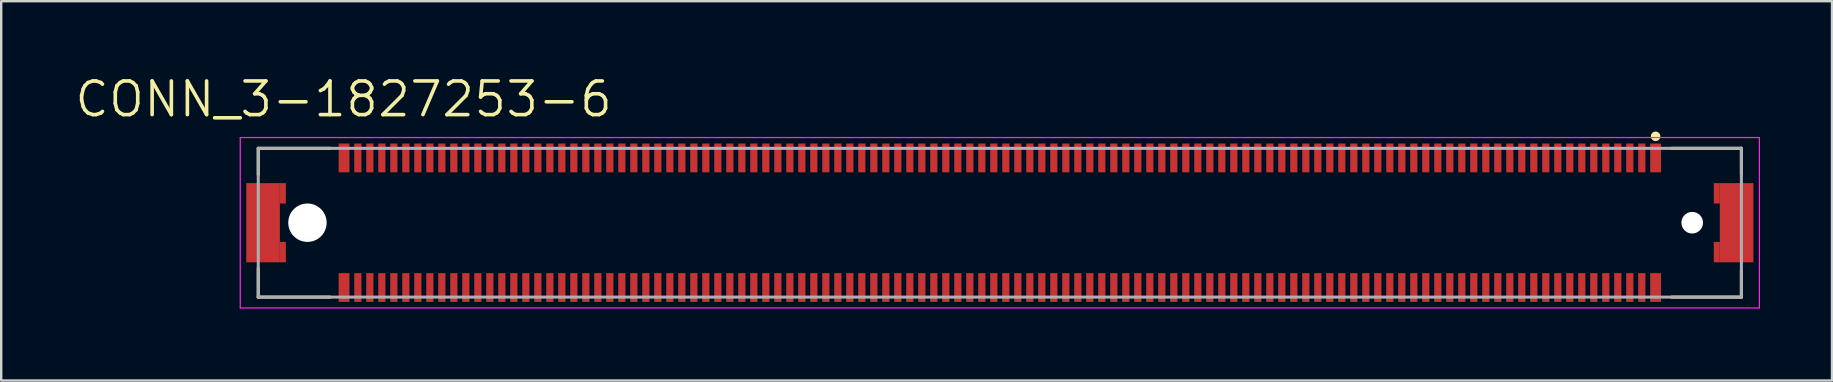
<source format=kicad_pcb>
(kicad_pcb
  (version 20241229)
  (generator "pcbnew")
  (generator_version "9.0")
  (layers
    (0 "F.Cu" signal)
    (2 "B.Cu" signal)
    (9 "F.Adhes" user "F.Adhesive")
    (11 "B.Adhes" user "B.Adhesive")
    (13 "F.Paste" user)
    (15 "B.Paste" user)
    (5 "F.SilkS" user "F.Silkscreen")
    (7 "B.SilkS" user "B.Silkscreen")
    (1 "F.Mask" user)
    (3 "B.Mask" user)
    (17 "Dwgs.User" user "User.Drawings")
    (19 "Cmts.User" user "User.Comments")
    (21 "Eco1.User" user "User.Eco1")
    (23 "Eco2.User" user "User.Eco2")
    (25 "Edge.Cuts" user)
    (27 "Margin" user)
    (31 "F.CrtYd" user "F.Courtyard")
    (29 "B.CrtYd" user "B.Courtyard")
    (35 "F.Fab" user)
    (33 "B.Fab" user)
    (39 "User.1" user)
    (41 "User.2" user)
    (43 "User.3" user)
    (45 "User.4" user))
  (footprint "CONN_3-1827253-6"
    (layer "F.Cu")
    (at 38.611 6.23)
    (property "Reference" "CONN_3-1827253-6" (at -27.344 -5.146 0) (layer "F.SilkS") (effects (font (size 1.402 1.402) (thickness 0.15))))
    (attr through_hole)
    (fp_line (start -30.9 -3.1) (end -30.9 -2) (stroke (width 0.127) (type solid)) (layer "F.SilkS"))
    (fp_line (start -30.9 -3.1) (end -27.9 -3.1) (stroke (width 0.127) (type solid)) (layer "F.SilkS"))
    (fp_line (start -30.9 1.9) (end -30.9 3.1) (stroke (width 0.127) (type solid)) (layer "F.SilkS"))
    (fp_line (start -30.9 3.1) (end -27.9 3.1) (stroke (width 0.127) (type solid)) (layer "F.SilkS"))
    (fp_line (start 28 -3.1) (end 30.9 -3.1) (stroke (width 0.127) (type solid)) (layer "F.SilkS"))
    (fp_line (start 30.9 -3.1) (end 30.9 -2) (stroke (width 0.127) (type solid)) (layer "F.SilkS"))
    (fp_line (start 30.9 2) (end 30.9 3.1) (stroke (width 0.127) (type solid)) (layer "F.SilkS"))
    (fp_line (start 30.9 3.1) (end 28 3.1) (stroke (width 0.127) (type solid)) (layer "F.SilkS"))
    (fp_circle (center 27.325 -3.6) (end 27.425 -3.6) (stroke (width 0.2) (type solid)) (fill no) (layer "F.SilkS"))
    (fp_line (start -31.65 -3.55) (end 31.65 -3.55) (stroke (width 0.05) (type solid)) (layer "F.CrtYd"))
    (fp_line (start -31.65 3.55) (end -31.65 -3.55) (stroke (width 0.05) (type solid)) (layer "F.CrtYd"))
    (fp_line (start 31.65 -3.55) (end 31.65 3.55) (stroke (width 0.05) (type solid)) (layer "F.CrtYd"))
    (fp_line (start 31.65 3.55) (end -31.65 3.55) (stroke (width 0.05) (type solid)) (layer "F.CrtYd"))
    (fp_line (start -30.9 -3.1) (end -30.9 3.1) (stroke (width 0.127) (type solid)) (layer "F.Fab"))
    (fp_line (start -30.9 -3.1) (end 30.9 -3.1) (stroke (width 0.127) (type solid)) (layer "F.Fab"))
    (fp_line (start -30.9 3.1) (end 30.9 3.1) (stroke (width 0.127) (type solid)) (layer "F.Fab"))
    (fp_line (start 30.9 -3.1) (end 30.9 3.1) (stroke (width 0.127) (type solid)) (layer "F.Fab"))
    (pad "" np_thru_hole circle (at -28.85 0) (size 1.6 1.6) (drill 1.6) (layers "*.Cu" "*.Mask"))
    (pad "" np_thru_hole circle (at 28.85 0) (size 0.9 0.9) (drill 0.9) (layers "*.Cu" "*.Mask"))
    (pad "1" smd rect (at 27.325 -2.7) (size 0.45 1.2) (layers "F.Cu" "F.Mask" "F.Paste"))
    (pad "2" smd rect (at 26.75 -2.7) (size 0.3 1.2) (layers "F.Cu" "F.Mask" "F.Paste"))
    (pad "3" smd rect (at 26.25 -2.7) (size 0.3 1.2) (layers "F.Cu" "F.Mask" "F.Paste"))
    (pad "4" smd rect (at 25.75 -2.7) (size 0.3 1.2) (layers "F.Cu" "F.Mask" "F.Paste"))
    (pad "5" smd rect (at 25.25 -2.7) (size 0.3 1.2) (layers "F.Cu" "F.Mask" "F.Paste"))
    (pad "6" smd rect (at 24.75 -2.7) (size 0.3 1.2) (layers "F.Cu" "F.Mask" "F.Paste"))
    (pad "7" smd rect (at 24.25 -2.7) (size 0.3 1.2) (layers "F.Cu" "F.Mask" "F.Paste"))
    (pad "8" smd rect (at 23.75 -2.7) (size 0.3 1.2) (layers "F.Cu" "F.Mask" "F.Paste"))
    (pad "9" smd rect (at 23.25 -2.7) (size 0.3 1.2) (layers "F.Cu" "F.Mask" "F.Paste"))
    (pad "10" smd rect (at 22.75 -2.7) (size 0.3 1.2) (layers "F.Cu" "F.Mask" "F.Paste"))
    (pad "11" smd rect (at 22.25 -2.7) (size 0.3 1.2) (layers "F.Cu" "F.Mask" "F.Paste"))
    (pad "12" smd rect (at 21.75 -2.7) (size 0.3 1.2) (layers "F.Cu" "F.Mask" "F.Paste"))
    (pad "13" smd rect (at 21.25 -2.7) (size 0.3 1.2) (layers "F.Cu" "F.Mask" "F.Paste"))
    (pad "14" smd rect (at 20.75 -2.7) (size 0.3 1.2) (layers "F.Cu" "F.Mask" "F.Paste"))
    (pad "15" smd rect (at 20.25 -2.7) (size 0.3 1.2) (layers "F.Cu" "F.Mask" "F.Paste"))
    (pad "16" smd rect (at 19.75 -2.7) (size 0.3 1.2) (layers "F.Cu" "F.Mask" "F.Paste"))
    (pad "17" smd rect (at 19.25 -2.7) (size 0.3 1.2) (layers "F.Cu" "F.Mask" "F.Paste"))
    (pad "18" smd rect (at 18.75 -2.7) (size 0.3 1.2) (layers "F.Cu" "F.Mask" "F.Paste"))
    (pad "19" smd rect (at 18.25 -2.7) (size 0.3 1.2) (layers "F.Cu" "F.Mask" "F.Paste"))
    (pad "20" smd rect (at 17.75 -2.7) (size 0.3 1.2) (layers "F.Cu" "F.Mask" "F.Paste"))
    (pad "21" smd rect (at 17.25 -2.7) (size 0.3 1.2) (layers "F.Cu" "F.Mask" "F.Paste"))
    (pad "22" smd rect (at 16.75 -2.7) (size 0.3 1.2) (layers "F.Cu" "F.Mask" "F.Paste"))
    (pad "23" smd rect (at 16.25 -2.7) (size 0.3 1.2) (layers "F.Cu" "F.Mask" "F.Paste"))
    (pad "24" smd rect (at 15.75 -2.7) (size 0.3 1.2) (layers "F.Cu" "F.Mask" "F.Paste"))
    (pad "25" smd rect (at 15.25 -2.7) (size 0.3 1.2) (layers "F.Cu" "F.Mask" "F.Paste"))
    (pad "26" smd rect (at 14.75 -2.7) (size 0.3 1.2) (layers "F.Cu" "F.Mask" "F.Paste"))
    (pad "27" smd rect (at 14.25 -2.7) (size 0.3 1.2) (layers "F.Cu" "F.Mask" "F.Paste"))
    (pad "28" smd rect (at 13.75 -2.7) (size 0.3 1.2) (layers "F.Cu" "F.Mask" "F.Paste"))
    (pad "29" smd rect (at 13.25 -2.7) (size 0.3 1.2) (layers "F.Cu" "F.Mask" "F.Paste"))
    (pad "30" smd rect (at 12.75 -2.7) (size 0.3 1.2) (layers "F.Cu" "F.Mask" "F.Paste"))
    (pad "31" smd rect (at 12.25 -2.7) (size 0.3 1.2) (layers "F.Cu" "F.Mask" "F.Paste"))
    (pad "32" smd rect (at 11.75 -2.7) (size 0.3 1.2) (layers "F.Cu" "F.Mask" "F.Paste"))
    (pad "33" smd rect (at 11.25 -2.7) (size 0.3 1.2) (layers "F.Cu" "F.Mask" "F.Paste"))
    (pad "34" smd rect (at 10.75 -2.7) (size 0.3 1.2) (layers "F.Cu" "F.Mask" "F.Paste"))
    (pad "35" smd rect (at 10.25 -2.7) (size 0.3 1.2) (layers "F.Cu" "F.Mask" "F.Paste"))
    (pad "36" smd rect (at 9.75 -2.7) (size 0.3 1.2) (layers "F.Cu" "F.Mask" "F.Paste"))
    (pad "37" smd rect (at 9.25 -2.7) (size 0.3 1.2) (layers "F.Cu" "F.Mask" "F.Paste"))
    (pad "38" smd rect (at 8.75 -2.7) (size 0.3 1.2) (layers "F.Cu" "F.Mask" "F.Paste"))
    (pad "39" smd rect (at 8.25 -2.7) (size 0.3 1.2) (layers "F.Cu" "F.Mask" "F.Paste"))
    (pad "40" smd rect (at 7.75 -2.7) (size 0.3 1.2) (layers "F.Cu" "F.Mask" "F.Paste"))
    (pad "41" smd rect (at 7.25 -2.7) (size 0.3 1.2) (layers "F.Cu" "F.Mask" "F.Paste"))
    (pad "42" smd rect (at 6.75 -2.7) (size 0.3 1.2) (layers "F.Cu" "F.Mask" "F.Paste"))
    (pad "43" smd rect (at 6.25 -2.7) (size 0.3 1.2) (layers "F.Cu" "F.Mask" "F.Paste"))
    (pad "44" smd rect (at 5.75 -2.7) (size 0.3 1.2) (layers "F.Cu" "F.Mask" "F.Paste"))
    (pad "45" smd rect (at 5.25 -2.7) (size 0.3 1.2) (layers "F.Cu" "F.Mask" "F.Paste"))
    (pad "46" smd rect (at 4.75 -2.7) (size 0.3 1.2) (layers "F.Cu" "F.Mask" "F.Paste"))
    (pad "47" smd rect (at 4.25 -2.7) (size 0.3 1.2) (layers "F.Cu" "F.Mask" "F.Paste"))
    (pad "48" smd rect (at 3.75 -2.7) (size 0.3 1.2) (layers "F.Cu" "F.Mask" "F.Paste"))
    (pad "49" smd rect (at 3.25 -2.7) (size 0.3 1.2) (layers "F.Cu" "F.Mask" "F.Paste"))
    (pad "50" smd rect (at 2.75 -2.7) (size 0.3 1.2) (layers "F.Cu" "F.Mask" "F.Paste"))
    (pad "51" smd rect (at 2.25 -2.7) (size 0.3 1.2) (layers "F.Cu" "F.Mask" "F.Paste"))
    (pad "52" smd rect (at 1.75 -2.7) (size 0.3 1.2) (layers "F.Cu" "F.Mask" "F.Paste"))
    (pad "53" smd rect (at 1.25 -2.7) (size 0.3 1.2) (layers "F.Cu" "F.Mask" "F.Paste"))
    (pad "54" smd rect (at 0.75 -2.7) (size 0.3 1.2) (layers "F.Cu" "F.Mask" "F.Paste"))
    (pad "55" smd rect (at 0.25 -2.7) (size 0.3 1.2) (layers "F.Cu" "F.Mask" "F.Paste"))
    (pad "56" smd rect (at -0.25 -2.7) (size 0.3 1.2) (layers "F.Cu" "F.Mask" "F.Paste"))
    (pad "57" smd rect (at -0.75 -2.7) (size 0.3 1.2) (layers "F.Cu" "F.Mask" "F.Paste"))
    (pad "58" smd rect (at -1.25 -2.7) (size 0.3 1.2) (layers "F.Cu" "F.Mask" "F.Paste"))
    (pad "59" smd rect (at -1.75 -2.7) (size 0.3 1.2) (layers "F.Cu" "F.Mask" "F.Paste"))
    (pad "60" smd rect (at -2.25 -2.7) (size 0.3 1.2) (layers "F.Cu" "F.Mask" "F.Paste"))
    (pad "61" smd rect (at -2.75 -2.7) (size 0.3 1.2) (layers "F.Cu" "F.Mask" "F.Paste"))
    (pad "62" smd rect (at -3.25 -2.7) (size 0.3 1.2) (layers "F.Cu" "F.Mask" "F.Paste"))
    (pad "63" smd rect (at -3.75 -2.7) (size 0.3 1.2) (layers "F.Cu" "F.Mask" "F.Paste"))
    (pad "64" smd rect (at -4.25 -2.7) (size 0.3 1.2) (layers "F.Cu" "F.Mask" "F.Paste"))
    (pad "65" smd rect (at -4.75 -2.7) (size 0.3 1.2) (layers "F.Cu" "F.Mask" "F.Paste"))
    (pad "66" smd rect (at -5.25 -2.7) (size 0.3 1.2) (layers "F.Cu" "F.Mask" "F.Paste"))
    (pad "67" smd rect (at -5.75 -2.7) (size 0.3 1.2) (layers "F.Cu" "F.Mask" "F.Paste"))
    (pad "68" smd rect (at -6.25 -2.7) (size 0.3 1.2) (layers "F.Cu" "F.Mask" "F.Paste"))
    (pad "69" smd rect (at -6.75 -2.7) (size 0.3 1.2) (layers "F.Cu" "F.Mask" "F.Paste"))
    (pad "70" smd rect (at -7.25 -2.7) (size 0.3 1.2) (layers "F.Cu" "F.Mask" "F.Paste"))
    (pad "71" smd rect (at -7.75 -2.7) (size 0.3 1.2) (layers "F.Cu" "F.Mask" "F.Paste"))
    (pad "72" smd rect (at -8.25 -2.7) (size 0.3 1.2) (layers "F.Cu" "F.Mask" "F.Paste"))
    (pad "73" smd rect (at -8.75 -2.7) (size 0.3 1.2) (layers "F.Cu" "F.Mask" "F.Paste"))
    (pad "74" smd rect (at -9.25 -2.7) (size 0.3 1.2) (layers "F.Cu" "F.Mask" "F.Paste"))
    (pad "75" smd rect (at -9.75 -2.7) (size 0.3 1.2) (layers "F.Cu" "F.Mask" "F.Paste"))
    (pad "76" smd rect (at -10.25 -2.7) (size 0.3 1.2) (layers "F.Cu" "F.Mask" "F.Paste"))
    (pad "77" smd rect (at -10.75 -2.7) (size 0.3 1.2) (layers "F.Cu" "F.Mask" "F.Paste"))
    (pad "78" smd rect (at -11.25 -2.7) (size 0.3 1.2) (layers "F.Cu" "F.Mask" "F.Paste"))
    (pad "79" smd rect (at -11.75 -2.7) (size 0.3 1.2) (layers "F.Cu" "F.Mask" "F.Paste"))
    (pad "80" smd rect (at -12.25 -2.7) (size 0.3 1.2) (layers "F.Cu" "F.Mask" "F.Paste"))
    (pad "81" smd rect (at -12.75 -2.7) (size 0.3 1.2) (layers "F.Cu" "F.Mask" "F.Paste"))
    (pad "82" smd rect (at -13.25 -2.7) (size 0.3 1.2) (layers "F.Cu" "F.Mask" "F.Paste"))
    (pad "83" smd rect (at -13.75 -2.7) (size 0.3 1.2) (layers "F.Cu" "F.Mask" "F.Paste"))
    (pad "84" smd rect (at -14.25 -2.7) (size 0.3 1.2) (layers "F.Cu" "F.Mask" "F.Paste"))
    (pad "85" smd rect (at -14.75 -2.7) (size 0.3 1.2) (layers "F.Cu" "F.Mask" "F.Paste"))
    (pad "86" smd rect (at -15.25 -2.7) (size 0.3 1.2) (layers "F.Cu" "F.Mask" "F.Paste"))
    (pad "87" smd rect (at -15.75 -2.7) (size 0.3 1.2) (layers "F.Cu" "F.Mask" "F.Paste"))
    (pad "88" smd rect (at -16.25 -2.7) (size 0.3 1.2) (layers "F.Cu" "F.Mask" "F.Paste"))
    (pad "89" smd rect (at -16.75 -2.7) (size 0.3 1.2) (layers "F.Cu" "F.Mask" "F.Paste"))
    (pad "90" smd rect (at -17.25 -2.7) (size 0.3 1.2) (layers "F.Cu" "F.Mask" "F.Paste"))
    (pad "91" smd rect (at -17.75 -2.7) (size 0.3 1.2) (layers "F.Cu" "F.Mask" "F.Paste"))
    (pad "92" smd rect (at -18.25 -2.7) (size 0.3 1.2) (layers "F.Cu" "F.Mask" "F.Paste"))
    (pad "93" smd rect (at -18.75 -2.7) (size 0.3 1.2) (layers "F.Cu" "F.Mask" "F.Paste"))
    (pad "94" smd rect (at -19.25 -2.7) (size 0.3 1.2) (layers "F.Cu" "F.Mask" "F.Paste"))
    (pad "95" smd rect (at -19.75 -2.7) (size 0.3 1.2) (layers "F.Cu" "F.Mask" "F.Paste"))
    (pad "96" smd rect (at -20.25 -2.7) (size 0.3 1.2) (layers "F.Cu" "F.Mask" "F.Paste"))
    (pad "97" smd rect (at -20.75 -2.7) (size 0.3 1.2) (layers "F.Cu" "F.Mask" "F.Paste"))
    (pad "98" smd rect (at -21.25 -2.7) (size 0.3 1.2) (layers "F.Cu" "F.Mask" "F.Paste"))
    (pad "99" smd rect (at -21.75 -2.7) (size 0.3 1.2) (layers "F.Cu" "F.Mask" "F.Paste"))
    (pad "100" smd rect (at -22.25 -2.7) (size 0.3 1.2) (layers "F.Cu" "F.Mask" "F.Paste"))
    (pad "101" smd rect (at -22.75 -2.7) (size 0.3 1.2) (layers "F.Cu" "F.Mask" "F.Paste"))
    (pad "102" smd rect (at -23.25 -2.7) (size 0.3 1.2) (layers "F.Cu" "F.Mask" "F.Paste"))
    (pad "103" smd rect (at -23.75 -2.7) (size 0.3 1.2) (layers "F.Cu" "F.Mask" "F.Paste"))
    (pad "104" smd rect (at -24.25 -2.7) (size 0.3 1.2) (layers "F.Cu" "F.Mask" "F.Paste"))
    (pad "105" smd rect (at -24.75 -2.7) (size 0.3 1.2) (layers "F.Cu" "F.Mask" "F.Paste"))
    (pad "106" smd rect (at -25.25 -2.7) (size 0.3 1.2) (layers "F.Cu" "F.Mask" "F.Paste"))
    (pad "107" smd rect (at -25.75 -2.7) (size 0.3 1.2) (layers "F.Cu" "F.Mask" "F.Paste"))
    (pad "108" smd rect (at -26.25 -2.7) (size 0.3 1.2) (layers "F.Cu" "F.Mask" "F.Paste"))
    (pad "109" smd rect (at -26.75 -2.7) (size 0.3 1.2) (layers "F.Cu" "F.Mask" "F.Paste"))
    (pad "110" smd rect (at -27.325 -2.7) (size 0.45 1.2) (layers "F.Cu" "F.Mask" "F.Paste"))
    (pad "111" smd rect (at -27.325 2.7 180) (size 0.45 1.2) (layers "F.Cu" "F.Mask" "F.Paste"))
    (pad "112" smd rect (at -26.75 2.7 180) (size 0.3 1.2) (layers "F.Cu" "F.Mask" "F.Paste"))
    (pad "113" smd rect (at -26.25 2.7 180) (size 0.3 1.2) (layers "F.Cu" "F.Mask" "F.Paste"))
    (pad "114" smd rect (at -25.75 2.7 180) (size 0.3 1.2) (layers "F.Cu" "F.Mask" "F.Paste"))
    (pad "115" smd rect (at -25.25 2.7 180) (size 0.3 1.2) (layers "F.Cu" "F.Mask" "F.Paste"))
    (pad "116" smd rect (at -24.75 2.7 180) (size 0.3 1.2) (layers "F.Cu" "F.Mask" "F.Paste"))
    (pad "117" smd rect (at -24.25 2.7 180) (size 0.3 1.2) (layers "F.Cu" "F.Mask" "F.Paste"))
    (pad "118" smd rect (at -23.75 2.7 180) (size 0.3 1.2) (layers "F.Cu" "F.Mask" "F.Paste"))
    (pad "119" smd rect (at -23.25 2.7 180) (size 0.3 1.2) (layers "F.Cu" "F.Mask" "F.Paste"))
    (pad "120" smd rect (at -22.75 2.7 180) (size 0.3 1.2) (layers "F.Cu" "F.Mask" "F.Paste"))
    (pad "121" smd rect (at -22.25 2.7 180) (size 0.3 1.2) (layers "F.Cu" "F.Mask" "F.Paste"))
    (pad "122" smd rect (at -21.75 2.7 180) (size 0.3 1.2) (layers "F.Cu" "F.Mask" "F.Paste"))
    (pad "123" smd rect (at -21.25 2.7 180) (size 0.3 1.2) (layers "F.Cu" "F.Mask" "F.Paste"))
    (pad "124" smd rect (at -20.75 2.7 180) (size 0.3 1.2) (layers "F.Cu" "F.Mask" "F.Paste"))
    (pad "125" smd rect (at -20.25 2.7 180) (size 0.3 1.2) (layers "F.Cu" "F.Mask" "F.Paste"))
    (pad "126" smd rect (at -19.75 2.7 180) (size 0.3 1.2) (layers "F.Cu" "F.Mask" "F.Paste"))
    (pad "127" smd rect (at -19.25 2.7 180) (size 0.3 1.2) (layers "F.Cu" "F.Mask" "F.Paste"))
    (pad "128" smd rect (at -18.75 2.7 180) (size 0.3 1.2) (layers "F.Cu" "F.Mask" "F.Paste"))
    (pad "129" smd rect (at -18.25 2.7 180) (size 0.3 1.2) (layers "F.Cu" "F.Mask" "F.Paste"))
    (pad "130" smd rect (at -17.75 2.7 180) (size 0.3 1.2) (layers "F.Cu" "F.Mask" "F.Paste"))
    (pad "131" smd rect (at -17.25 2.7 180) (size 0.3 1.2) (layers "F.Cu" "F.Mask" "F.Paste"))
    (pad "132" smd rect (at -16.75 2.7 180) (size 0.3 1.2) (layers "F.Cu" "F.Mask" "F.Paste"))
    (pad "133" smd rect (at -16.25 2.7 180) (size 0.3 1.2) (layers "F.Cu" "F.Mask" "F.Paste"))
    (pad "134" smd rect (at -15.75 2.7 180) (size 0.3 1.2) (layers "F.Cu" "F.Mask" "F.Paste"))
    (pad "135" smd rect (at -15.25 2.7 180) (size 0.3 1.2) (layers "F.Cu" "F.Mask" "F.Paste"))
    (pad "136" smd rect (at -14.75 2.7 180) (size 0.3 1.2) (layers "F.Cu" "F.Mask" "F.Paste"))
    (pad "137" smd rect (at -14.25 2.7 180) (size 0.3 1.2) (layers "F.Cu" "F.Mask" "F.Paste"))
    (pad "138" smd rect (at -13.75 2.7 180) (size 0.3 1.2) (layers "F.Cu" "F.Mask" "F.Paste"))
    (pad "139" smd rect (at -13.25 2.7 180) (size 0.3 1.2) (layers "F.Cu" "F.Mask" "F.Paste"))
    (pad "140" smd rect (at -12.75 2.7 180) (size 0.3 1.2) (layers "F.Cu" "F.Mask" "F.Paste"))
    (pad "141" smd rect (at -12.25 2.7 180) (size 0.3 1.2) (layers "F.Cu" "F.Mask" "F.Paste"))
    (pad "142" smd rect (at -11.75 2.7 180) (size 0.3 1.2) (layers "F.Cu" "F.Mask" "F.Paste"))
    (pad "143" smd rect (at -11.25 2.7 180) (size 0.3 1.2) (layers "F.Cu" "F.Mask" "F.Paste"))
    (pad "144" smd rect (at -10.75 2.7 180) (size 0.3 1.2) (layers "F.Cu" "F.Mask" "F.Paste"))
    (pad "145" smd rect (at -10.25 2.7 180) (size 0.3 1.2) (layers "F.Cu" "F.Mask" "F.Paste"))
    (pad "146" smd rect (at -9.75 2.7 180) (size 0.3 1.2) (layers "F.Cu" "F.Mask" "F.Paste"))
    (pad "147" smd rect (at -9.25 2.7 180) (size 0.3 1.2) (layers "F.Cu" "F.Mask" "F.Paste"))
    (pad "148" smd rect (at -8.75 2.7 180) (size 0.3 1.2) (layers "F.Cu" "F.Mask" "F.Paste"))
    (pad "149" smd rect (at -8.25 2.7 180) (size 0.3 1.2) (layers "F.Cu" "F.Mask" "F.Paste"))
    (pad "150" smd rect (at -7.75 2.7 180) (size 0.3 1.2) (layers "F.Cu" "F.Mask" "F.Paste"))
    (pad "151" smd rect (at -7.25 2.7 180) (size 0.3 1.2) (layers "F.Cu" "F.Mask" "F.Paste"))
    (pad "152" smd rect (at -6.75 2.7 180) (size 0.3 1.2) (layers "F.Cu" "F.Mask" "F.Paste"))
    (pad "153" smd rect (at -6.25 2.7 180) (size 0.3 1.2) (layers "F.Cu" "F.Mask" "F.Paste"))
    (pad "154" smd rect (at -5.75 2.7 180) (size 0.3 1.2) (layers "F.Cu" "F.Mask" "F.Paste"))
    (pad "155" smd rect (at -5.25 2.7 180) (size 0.3 1.2) (layers "F.Cu" "F.Mask" "F.Paste"))
    (pad "156" smd rect (at -4.75 2.7 180) (size 0.3 1.2) (layers "F.Cu" "F.Mask" "F.Paste"))
    (pad "157" smd rect (at -4.25 2.7 180) (size 0.3 1.2) (layers "F.Cu" "F.Mask" "F.Paste"))
    (pad "158" smd rect (at -3.75 2.7 180) (size 0.3 1.2) (layers "F.Cu" "F.Mask" "F.Paste"))
    (pad "159" smd rect (at -3.25 2.7 180) (size 0.3 1.2) (layers "F.Cu" "F.Mask" "F.Paste"))
    (pad "160" smd rect (at -2.75 2.7 180) (size 0.3 1.2) (layers "F.Cu" "F.Mask" "F.Paste"))
    (pad "161" smd rect (at -2.25 2.7 180) (size 0.3 1.2) (layers "F.Cu" "F.Mask" "F.Paste"))
    (pad "162" smd rect (at -1.75 2.7 180) (size 0.3 1.2) (layers "F.Cu" "F.Mask" "F.Paste"))
    (pad "163" smd rect (at -1.25 2.7 180) (size 0.3 1.2) (layers "F.Cu" "F.Mask" "F.Paste"))
    (pad "164" smd rect (at -0.75 2.7 180) (size 0.3 1.2) (layers "F.Cu" "F.Mask" "F.Paste"))
    (pad "165" smd rect (at -0.25 2.7 180) (size 0.3 1.2) (layers "F.Cu" "F.Mask" "F.Paste"))
    (pad "166" smd rect (at 0.25 2.7 180) (size 0.3 1.2) (layers "F.Cu" "F.Mask" "F.Paste"))
    (pad "167" smd rect (at 0.75 2.7 180) (size 0.3 1.2) (layers "F.Cu" "F.Mask" "F.Paste"))
    (pad "168" smd rect (at 1.25 2.7 180) (size 0.3 1.2) (layers "F.Cu" "F.Mask" "F.Paste"))
    (pad "169" smd rect (at 1.75 2.7 180) (size 0.3 1.2) (layers "F.Cu" "F.Mask" "F.Paste"))
    (pad "170" smd rect (at 2.25 2.7 180) (size 0.3 1.2) (layers "F.Cu" "F.Mask" "F.Paste"))
    (pad "171" smd rect (at 2.75 2.7 180) (size 0.3 1.2) (layers "F.Cu" "F.Mask" "F.Paste"))
    (pad "172" smd rect (at 3.25 2.7 180) (size 0.3 1.2) (layers "F.Cu" "F.Mask" "F.Paste"))
    (pad "173" smd rect (at 3.75 2.7 180) (size 0.3 1.2) (layers "F.Cu" "F.Mask" "F.Paste"))
    (pad "174" smd rect (at 4.25 2.7 180) (size 0.3 1.2) (layers "F.Cu" "F.Mask" "F.Paste"))
    (pad "175" smd rect (at 4.75 2.7 180) (size 0.3 1.2) (layers "F.Cu" "F.Mask" "F.Paste"))
    (pad "176" smd rect (at 5.25 2.7 180) (size 0.3 1.2) (layers "F.Cu" "F.Mask" "F.Paste"))
    (pad "177" smd rect (at 5.75 2.7 180) (size 0.3 1.2) (layers "F.Cu" "F.Mask" "F.Paste"))
    (pad "178" smd rect (at 6.25 2.7 180) (size 0.3 1.2) (layers "F.Cu" "F.Mask" "F.Paste"))
    (pad "179" smd rect (at 6.75 2.7 180) (size 0.3 1.2) (layers "F.Cu" "F.Mask" "F.Paste"))
    (pad "180" smd rect (at 7.25 2.7 180) (size 0.3 1.2) (layers "F.Cu" "F.Mask" "F.Paste"))
    (pad "181" smd rect (at 7.75 2.7 180) (size 0.3 1.2) (layers "F.Cu" "F.Mask" "F.Paste"))
    (pad "182" smd rect (at 8.25 2.7 180) (size 0.3 1.2) (layers "F.Cu" "F.Mask" "F.Paste"))
    (pad "183" smd rect (at 8.75 2.7 180) (size 0.3 1.2) (layers "F.Cu" "F.Mask" "F.Paste"))
    (pad "184" smd rect (at 9.25 2.7 180) (size 0.3 1.2) (layers "F.Cu" "F.Mask" "F.Paste"))
    (pad "185" smd rect (at 9.75 2.7 180) (size 0.3 1.2) (layers "F.Cu" "F.Mask" "F.Paste"))
    (pad "186" smd rect (at 10.25 2.7 180) (size 0.3 1.2) (layers "F.Cu" "F.Mask" "F.Paste"))
    (pad "187" smd rect (at 10.75 2.7 180) (size 0.3 1.2) (layers "F.Cu" "F.Mask" "F.Paste"))
    (pad "188" smd rect (at 11.25 2.7 180) (size 0.3 1.2) (layers "F.Cu" "F.Mask" "F.Paste"))
    (pad "189" smd rect (at 11.75 2.7 180) (size 0.3 1.2) (layers "F.Cu" "F.Mask" "F.Paste"))
    (pad "190" smd rect (at 12.25 2.7 180) (size 0.3 1.2) (layers "F.Cu" "F.Mask" "F.Paste"))
    (pad "191" smd rect (at 12.75 2.7 180) (size 0.3 1.2) (layers "F.Cu" "F.Mask" "F.Paste"))
    (pad "192" smd rect (at 13.25 2.7 180) (size 0.3 1.2) (layers "F.Cu" "F.Mask" "F.Paste"))
    (pad "193" smd rect (at 13.75 2.7 180) (size 0.3 1.2) (layers "F.Cu" "F.Mask" "F.Paste"))
    (pad "194" smd rect (at 14.25 2.7 180) (size 0.3 1.2) (layers "F.Cu" "F.Mask" "F.Paste"))
    (pad "195" smd rect (at 14.75 2.7 180) (size 0.3 1.2) (layers "F.Cu" "F.Mask" "F.Paste"))
    (pad "196" smd rect (at 15.25 2.7 180) (size 0.3 1.2) (layers "F.Cu" "F.Mask" "F.Paste"))
    (pad "197" smd rect (at 15.75 2.7 180) (size 0.3 1.2) (layers "F.Cu" "F.Mask" "F.Paste"))
    (pad "198" smd rect (at 16.25 2.7 180) (size 0.3 1.2) (layers "F.Cu" "F.Mask" "F.Paste"))
    (pad "199" smd rect (at 16.75 2.7 180) (size 0.3 1.2) (layers "F.Cu" "F.Mask" "F.Paste"))
    (pad "200" smd rect (at 17.25 2.7 180) (size 0.3 1.2) (layers "F.Cu" "F.Mask" "F.Paste"))
    (pad "201" smd rect (at 17.75 2.7 180) (size 0.3 1.2) (layers "F.Cu" "F.Mask" "F.Paste"))
    (pad "202" smd rect (at 18.25 2.7 180) (size 0.3 1.2) (layers "F.Cu" "F.Mask" "F.Paste"))
    (pad "203" smd rect (at 18.75 2.7 180) (size 0.3 1.2) (layers "F.Cu" "F.Mask" "F.Paste"))
    (pad "204" smd rect (at 19.25 2.7 180) (size 0.3 1.2) (layers "F.Cu" "F.Mask" "F.Paste"))
    (pad "205" smd rect (at 19.75 2.7 180) (size 0.3 1.2) (layers "F.Cu" "F.Mask" "F.Paste"))
    (pad "206" smd rect (at 20.25 2.7 180) (size 0.3 1.2) (layers "F.Cu" "F.Mask" "F.Paste"))
    (pad "207" smd rect (at 20.75 2.7 180) (size 0.3 1.2) (layers "F.Cu" "F.Mask" "F.Paste"))
    (pad "208" smd rect (at 21.25 2.7 180) (size 0.3 1.2) (layers "F.Cu" "F.Mask" "F.Paste"))
    (pad "209" smd rect (at 21.75 2.7 180) (size 0.3 1.2) (layers "F.Cu" "F.Mask" "F.Paste"))
    (pad "210" smd rect (at 22.25 2.7 180) (size 0.3 1.2) (layers "F.Cu" "F.Mask" "F.Paste"))
    (pad "211" smd rect (at 22.75 2.7 180) (size 0.3 1.2) (layers "F.Cu" "F.Mask" "F.Paste"))
    (pad "212" smd rect (at 23.25 2.7 180) (size 0.3 1.2) (layers "F.Cu" "F.Mask" "F.Paste"))
    (pad "213" smd rect (at 23.75 2.7 180) (size 0.3 1.2) (layers "F.Cu" "F.Mask" "F.Paste"))
    (pad "214" smd rect (at 24.25 2.7 180) (size 0.3 1.2) (layers "F.Cu" "F.Mask" "F.Paste"))
    (pad "215" smd rect (at 24.75 2.7 180) (size 0.3 1.2) (layers "F.Cu" "F.Mask" "F.Paste"))
    (pad "216" smd rect (at 25.25 2.7 180) (size 0.3 1.2) (layers "F.Cu" "F.Mask" "F.Paste"))
    (pad "217" smd rect (at 25.75 2.7 180) (size 0.3 1.2) (layers "F.Cu" "F.Mask" "F.Paste"))
    (pad "218" smd rect (at 26.25 2.7 180) (size 0.3 1.2) (layers "F.Cu" "F.Mask" "F.Paste"))
    (pad "219" smd rect (at 26.75 2.7 180) (size 0.3 1.2) (layers "F.Cu" "F.Mask" "F.Paste"))
    (pad "220" smd rect (at 27.325 2.7 180) (size 0.45 1.2) (layers "F.Cu" "F.Mask" "F.Paste"))
    (pad "221" smd rect (at -30.7 0) (size 1.4 3.3) (layers "F.Cu" "F.Mask" "F.Paste"))
    (pad "221.1" smd rect (at -29.875 -1.225) (size 0.25 0.85) (layers "F.Cu" "F.Mask" "F.Paste"))
    (pad "221.2" smd rect (at -29.875 1.225) (size 0.25 0.85) (layers "F.Cu" "F.Mask" "F.Paste"))
    (pad "222" smd rect (at 30.7 0 180) (size 1.4 3.3) (layers "F.Cu" "F.Mask" "F.Paste"))
    (pad "222.1" smd rect (at 29.875 -1.225 180) (size 0.25 0.85) (layers "F.Cu" "F.Mask" "F.Paste"))
    (pad "222.2" smd rect (at 29.875 1.225 180) (size 0.25 0.85) (layers "F.Cu" "F.Mask" "F.Paste")))
  (gr_rect
    (start -3 -3)
    (end 73.286 12.805)
    (stroke (width 0.1) (type default))
    (fill no)
    (layer "Edge.Cuts")))
</source>
